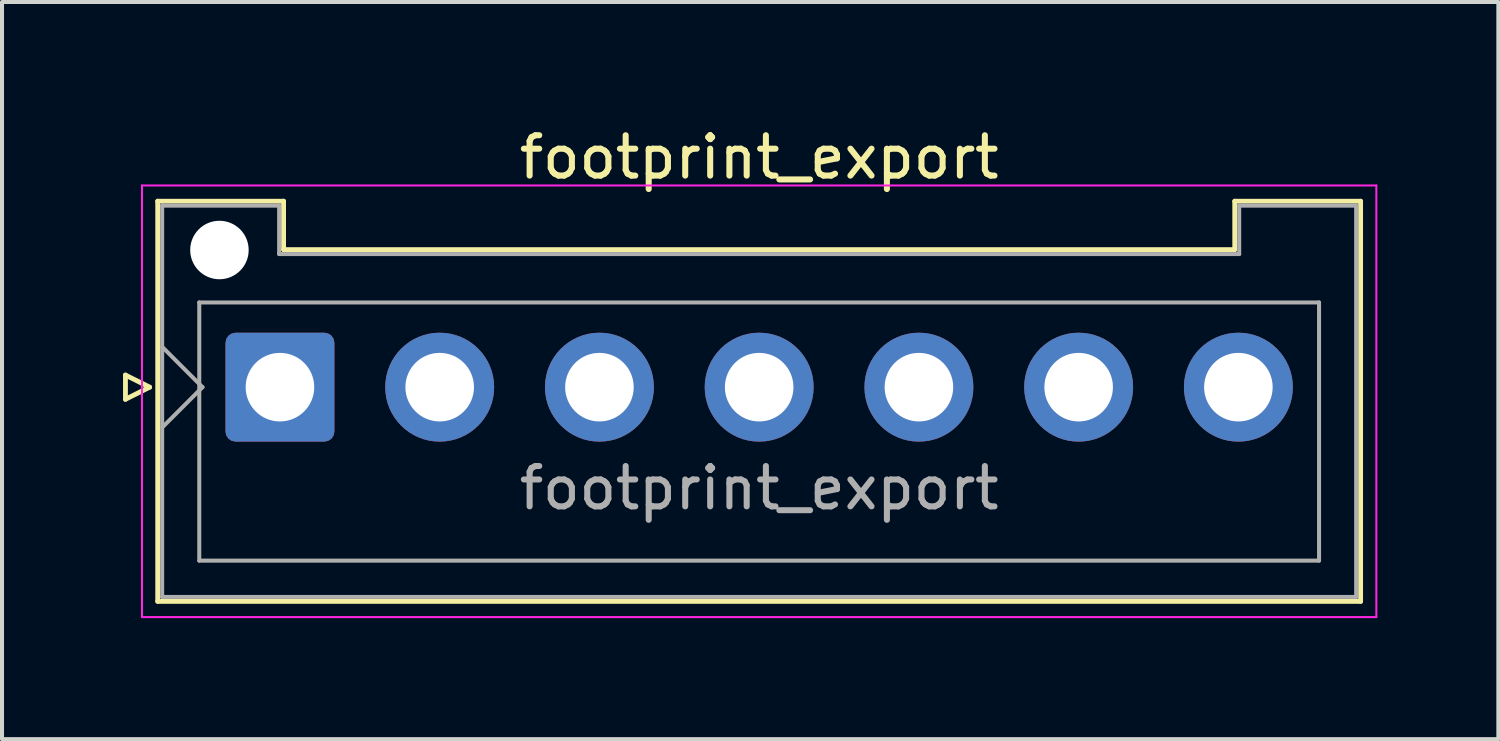
<source format=kicad_pcb>
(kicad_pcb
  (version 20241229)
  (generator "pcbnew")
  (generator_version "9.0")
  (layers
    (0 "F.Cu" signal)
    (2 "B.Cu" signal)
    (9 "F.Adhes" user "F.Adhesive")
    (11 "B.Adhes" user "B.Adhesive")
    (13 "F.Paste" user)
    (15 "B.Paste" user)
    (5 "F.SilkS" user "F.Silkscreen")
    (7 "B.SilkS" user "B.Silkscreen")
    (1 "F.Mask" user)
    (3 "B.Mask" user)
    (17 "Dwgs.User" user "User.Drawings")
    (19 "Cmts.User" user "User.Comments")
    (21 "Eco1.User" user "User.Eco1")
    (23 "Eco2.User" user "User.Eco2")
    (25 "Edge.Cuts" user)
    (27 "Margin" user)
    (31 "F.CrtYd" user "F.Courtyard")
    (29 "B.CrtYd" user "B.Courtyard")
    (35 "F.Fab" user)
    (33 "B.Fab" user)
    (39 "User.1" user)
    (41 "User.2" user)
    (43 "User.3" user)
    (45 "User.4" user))
  (footprint "footprint_export"
    (layer "F.Cu")
    (at 3.89 6.548)
    (property "Reference" "footprint_export" (at 11.88 -5.7 0) (layer "F.SilkS") (effects (font (size 1 1) (thickness 0.15))))
    (attr through_hole)
    (fp_line (start -3.83 -0.3) (end -3.23 0) (stroke (width 0.12) (type solid)) (layer "F.SilkS"))
    (fp_line (start -3.83 0.3) (end -3.83 -0.3) (stroke (width 0.12) (type solid)) (layer "F.SilkS"))
    (fp_line (start -3.23 0) (end -3.83 0.3) (stroke (width 0.12) (type solid)) (layer "F.SilkS"))
    (fp_line (start -3.03 -4.61) (end 0.09 -4.61) (stroke (width 0.12) (type solid)) (layer "F.SilkS"))
    (fp_line (start -3.03 5.31) (end -3.03 -4.61) (stroke (width 0.12) (type solid)) (layer "F.SilkS"))
    (fp_line (start 0.09 -4.61) (end 0.09 -3.41) (stroke (width 0.12) (type solid)) (layer "F.SilkS"))
    (fp_line (start 0.09 -3.41) (end 23.67 -3.41) (stroke (width 0.12) (type solid)) (layer "F.SilkS"))
    (fp_line (start 23.67 -4.61) (end 26.79 -4.61) (stroke (width 0.12) (type solid)) (layer "F.SilkS"))
    (fp_line (start 23.67 -3.41) (end 23.67 -4.61) (stroke (width 0.12) (type solid)) (layer "F.SilkS"))
    (fp_line (start 26.79 -4.61) (end 26.79 5.31) (stroke (width 0.12) (type solid)) (layer "F.SilkS"))
    (fp_line (start 26.79 5.31) (end -3.03 5.31) (stroke (width 0.12) (type solid)) (layer "F.SilkS"))
    (fp_line (start -3.42 -5) (end -3.42 5.7) (stroke (width 0.05) (type solid)) (layer "F.CrtYd"))
    (fp_line (start -3.42 5.7) (end 27.18 5.7) (stroke (width 0.05) (type solid)) (layer "F.CrtYd"))
    (fp_line (start 27.18 -5) (end -3.42 -5) (stroke (width 0.05) (type solid)) (layer "F.CrtYd"))
    (fp_line (start 27.18 5.7) (end 27.18 -5) (stroke (width 0.05) (type solid)) (layer "F.CrtYd"))
    (fp_line (start -2.92 -4.5) (end -0.02 -4.5) (stroke (width 0.1) (type solid)) (layer "F.Fab"))
    (fp_line (start -2.92 -1) (end -1.92 0) (stroke (width 0.1) (type solid)) (layer "F.Fab"))
    (fp_line (start -2.92 1) (end -1.92 0) (stroke (width 0.1) (type solid)) (layer "F.Fab"))
    (fp_line (start -2.92 5.2) (end -2.92 -4.5) (stroke (width 0.1) (type solid)) (layer "F.Fab"))
    (fp_line (start -2 -2.1) (end 25.76 -2.1) (stroke (width 0.1) (type solid)) (layer "F.Fab"))
    (fp_line (start -2 4.3) (end -2 -2.1) (stroke (width 0.1) (type solid)) (layer "F.Fab"))
    (fp_line (start -0.02 -4.5) (end -0.02 -3.3) (stroke (width 0.1) (type solid)) (layer "F.Fab"))
    (fp_line (start -0.02 -3.3) (end 23.78 -3.3) (stroke (width 0.1) (type solid)) (layer "F.Fab"))
    (fp_line (start 23.78 -4.5) (end 26.68 -4.5) (stroke (width 0.1) (type solid)) (layer "F.Fab"))
    (fp_line (start 23.78 -3.3) (end 23.78 -4.5) (stroke (width 0.1) (type solid)) (layer "F.Fab"))
    (fp_line (start 25.76 -2.1) (end 25.76 4.3) (stroke (width 0.1) (type solid)) (layer "F.Fab"))
    (fp_line (start 25.76 4.3) (end -2 4.3) (stroke (width 0.1) (type solid)) (layer "F.Fab"))
    (fp_line (start 26.68 -4.5) (end 26.68 5.2) (stroke (width 0.1) (type solid)) (layer "F.Fab"))
    (fp_line (start 26.68 5.2) (end -2.92 5.2) (stroke (width 0.1) (type solid)) (layer "F.Fab"))
    (fp_text user "${REFERENCE}" (at 11.88 2.5 0) (layer "F.Fab") (effects (font (size 1 1) (thickness 0.15))))
    (pad "" np_thru_hole circle (at -1.5 -3.4) (size 1.45 1.45) (drill 1.45) (layers "*.Cu" "*.Mask"))
    (pad "1" thru_hole roundrect (at 0 0) (size 2.7 2.7) (drill 1.7) (layers "*.Cu" "*.Mask") (roundrect_rratio 0.093))
    (pad "2" thru_hole circle (at 3.96 0) (size 2.7 2.7) (drill 1.7) (layers "*.Cu" "*.Mask"))
    (pad "3" thru_hole circle (at 7.92 0) (size 2.7 2.7) (drill 1.7) (layers "*.Cu" "*.Mask"))
    (pad "4" thru_hole circle (at 11.88 0) (size 2.7 2.7) (drill 1.7) (layers "*.Cu" "*.Mask"))
    (pad "5" thru_hole circle (at 15.84 0) (size 2.7 2.7) (drill 1.7) (layers "*.Cu" "*.Mask"))
    (pad "6" thru_hole circle (at 19.8 0) (size 2.7 2.7) (drill 1.7) (layers "*.Cu" "*.Mask"))
    (pad "7" thru_hole circle (at 23.76 0) (size 2.7 2.7) (drill 1.7) (layers "*.Cu" "*.Mask")))
  (gr_rect
    (start -3 -3)
    (end 34.095 15.273)
    (stroke (width 0.1) (type default))
    (fill no)
    (layer "Edge.Cuts")))
</source>
